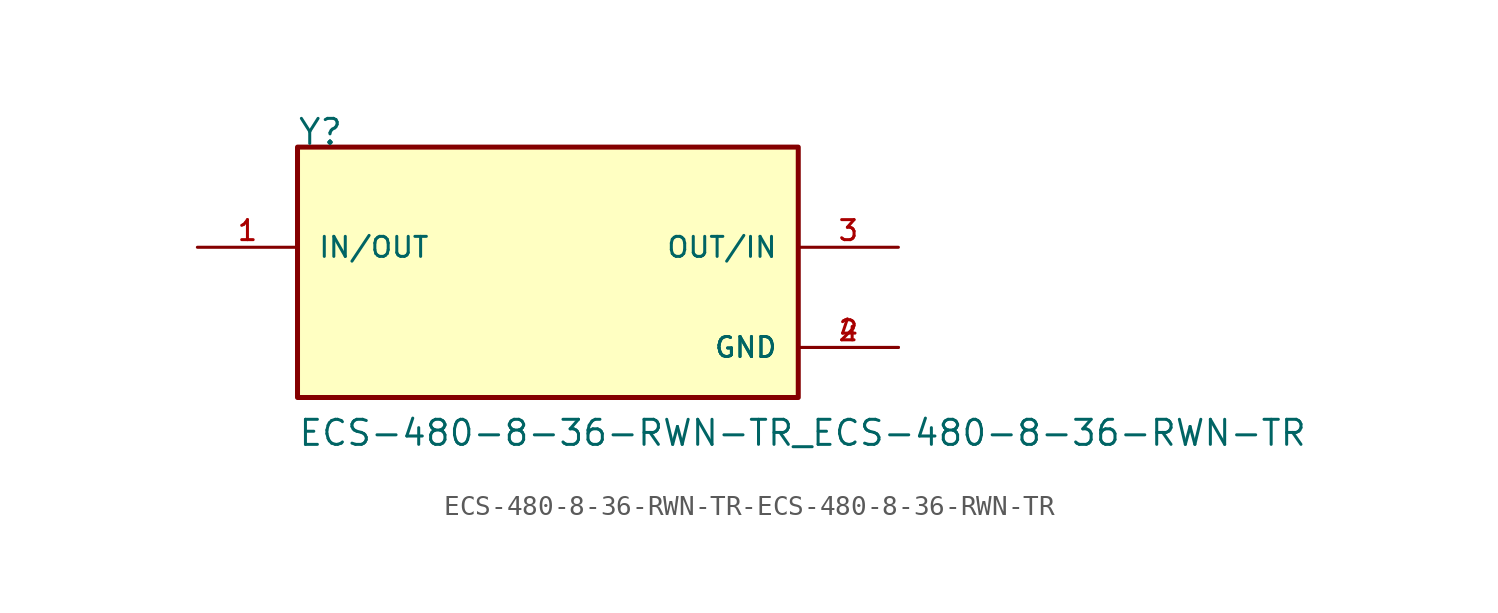
<source format=kicad_sym>
(kicad_symbol_lib
  (version 20231120)
  (generator "kicad_symbol_editor")
  (generator_version "8.0")
  (symbol "ECS-480-8-36-RWN-TR-ECS-480-8-36-RWN-TR"
    (pin_names
      (offset 1.016))
    (property "Reference" "Y"
      (at -12.725 7.645 0)
      (effects (font (size 1.27 1.27)) (justify left bottom)))
    (property "Value" "ECS-480-8-36-RWN-TR_ECS-480-8-36-RWN-TR"
      (at -12.7 -7.62 0)
      (effects (font (size 1.27 1.27)) (justify left bottom)))
    (property "ki_locked" ""
      (at 0 0 0)
      (effects (font (size 1.27 1.27))))
    (symbol "ECS-480-8-36-RWN-TR-ECS-480-8-36-RWN-TR_0_0"
      (rectangle (start -12.7 -5.08) (end 12.7 7.62) (stroke (width 0.254) (type solid)) (fill (type background)))
      (pin bidirectional line (at -17.78 2.54 0) (length 5.08) (name "IN/OUT" (effects (font (size 1.016 1.016)))) (number "1" (effects (font (size 1.016 1.016)))))
      (pin power_in line (at 17.78 -2.54 180) (length 5.08) (name "GND" (effects (font (size 1.016 1.016)))) (number "2" (effects (font (size 1.016 1.016)))))
      (pin bidirectional line (at 17.78 2.54 180) (length 5.08) (name "OUT/IN" (effects (font (size 1.016 1.016)))) (number "3" (effects (font (size 1.016 1.016)))))
      (pin power_in line (at 17.78 -2.54 180) (length 5.08) (name "GND" (effects (font (size 1.016 1.016)))) (number "4" (effects (font (size 1.016 1.016))))))))
</source>
